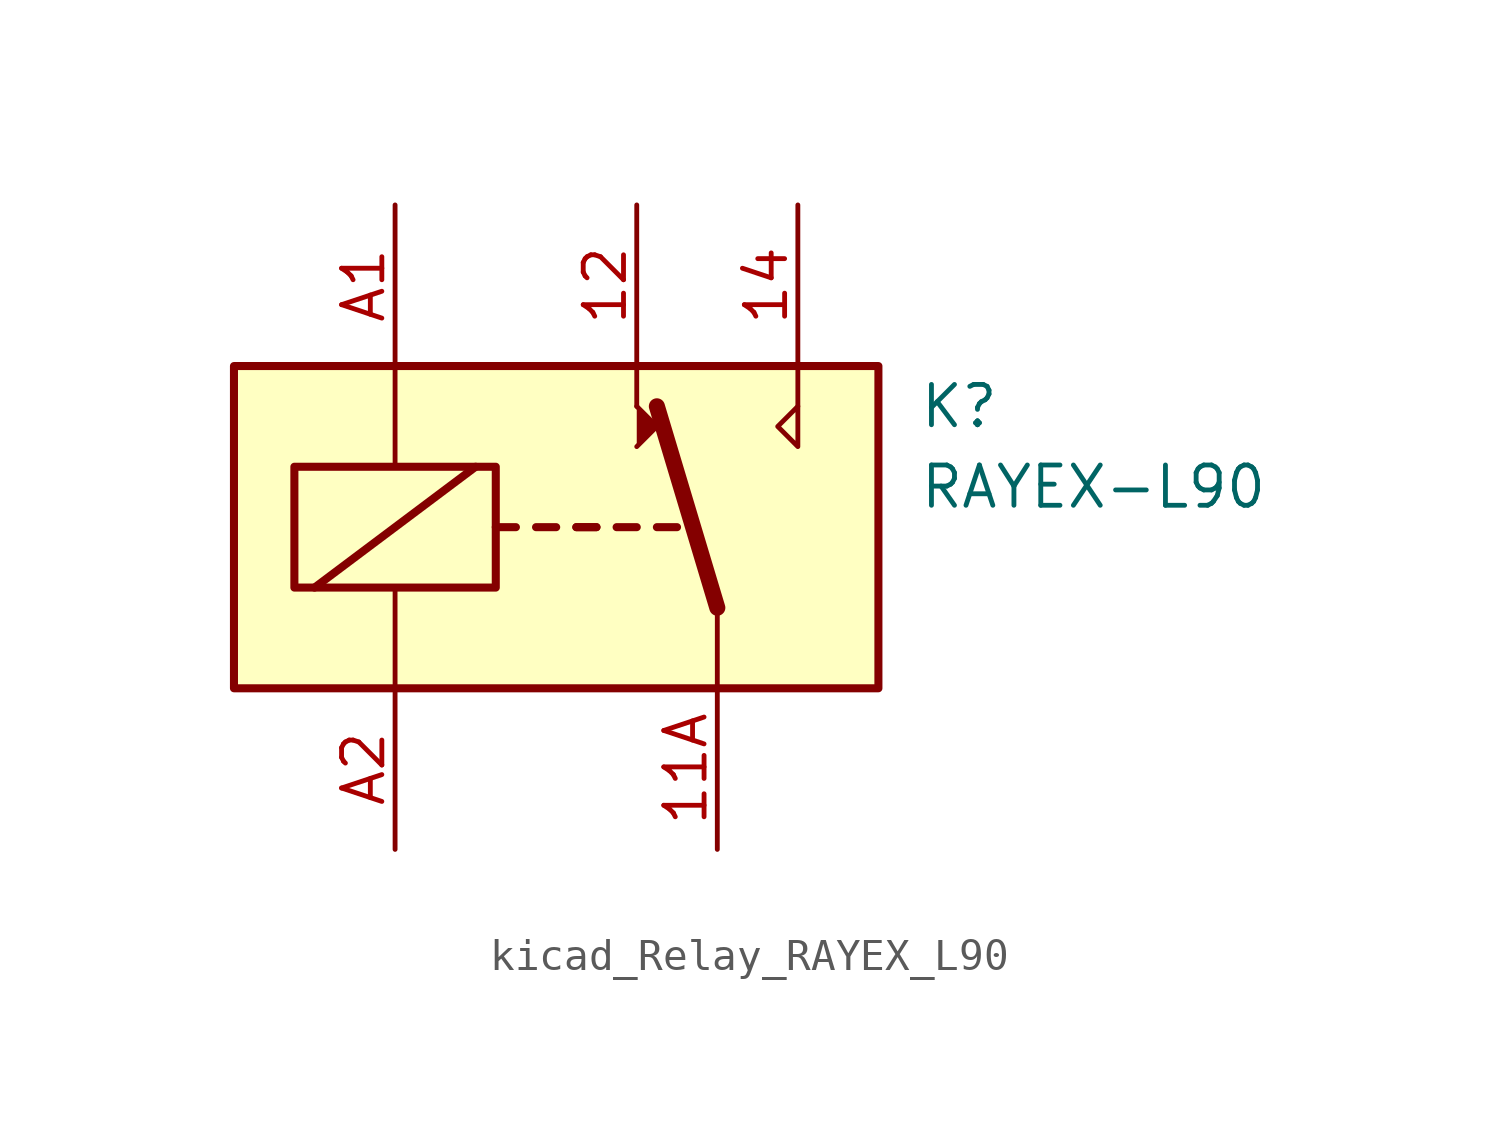
<source format=kicad_sym>
(kicad_symbol_lib
  (version 20220914)
  (generator kicad_symbol_editor)
  (symbol "kicad_Relay_RAYEX_L90"
    (property "Reference" "K"
      (at 11.43 3.81 0)
      (effects (font (size 1.27 1.27)) (justify left)))
    (property "Value" "RAYEX-L90"
      (at 11.43 1.27 0)
      (effects (font (size 1.27 1.27)) (justify left)))
    (symbol "kicad_Relay_RAYEX_L90_1_0"
      (polyline (pts (xy 2.54 3.81) (xy 2.54 5.08)) (stroke (width 0) (type default)) (fill (type none)))
      (polyline (pts (xy 7.62 3.81) (xy 7.62 5.08)) (stroke (width 0) (type default)) (fill (type none)))
      (polyline (pts (xy 7.62 3.81) (xy 7.62 2.54) (xy 6.985 3.175) (xy 7.62 3.81)) (stroke (width 0) (type default)) (fill (type none))))
    (symbol "kicad_Relay_RAYEX_L90_1_1"
      (rectangle (start -10.16 5.08) (end 10.16 -5.08) (stroke (width 0.254) (type default)) (fill (type background)))
      (rectangle (start -8.255 1.905) (end -1.905 -1.905) (stroke (width 0.254) (type default)) (fill (type none)))
      (polyline (pts (xy -7.62 -1.905) (xy -2.54 1.905)) (stroke (width 0.254) (type default)) (fill (type none)))
      (polyline (pts (xy -5.08 -5.08) (xy -5.08 -1.905)) (stroke (width 0) (type default)) (fill (type none)))
      (polyline (pts (xy -5.08 5.08) (xy -5.08 1.905)) (stroke (width 0) (type default)) (fill (type none)))
      (polyline (pts (xy -1.905 0) (xy -1.27 0)) (stroke (width 0.254) (type default)) (fill (type none)))
      (polyline (pts (xy -0.635 0) (xy 0 0)) (stroke (width 0.254) (type default)) (fill (type none)))
      (polyline (pts (xy 0.635 0) (xy 1.27 0)) (stroke (width 0.254) (type default)) (fill (type none)))
      (polyline (pts (xy 0.635 0) (xy 1.27 0)) (stroke (width 0.254) (type default)) (fill (type none)))
      (polyline (pts (xy 1.905 0) (xy 2.54 0)) (stroke (width 0.254) (type default)) (fill (type none)))
      (polyline (pts (xy 3.175 0) (xy 3.81 0)) (stroke (width 0.254) (type default)) (fill (type none)))
      (polyline (pts (xy 5.08 -2.54) (xy 3.175 3.81)) (stroke (width 0.508) (type default)) (fill (type none)))
      (polyline (pts (xy 5.08 -2.54) (xy 5.08 -5.08)) (stroke (width 0) (type default)) (fill (type none)))
      (polyline (pts (xy 2.54 2.54) (xy 3.175 3.175) (xy 2.54 3.81)) (stroke (width 0) (type default)) (fill (type outline)))
      (pin passive line (at 5.08 -10.16 90) (length 5.08) (name "~" (effects (font (size 1.27 1.27)))) (number "11A" (effects (font (size 1.27 1.27)))))
      (pin passive line (at 5.08 -10.16 90) (length 5.08) hide (name "~" (effects (font (size 1.27 1.27)))) (number "11B" (effects (font (size 1.27 1.27)))))
      (pin passive line (at 2.54 10.16 270) (length 5.08) (name "~" (effects (font (size 1.27 1.27)))) (number "12" (effects (font (size 1.27 1.27)))))
      (pin passive line (at 7.62 10.16 270) (length 5.08) (name "~" (effects (font (size 1.27 1.27)))) (number "14" (effects (font (size 1.27 1.27)))))
      (pin passive line (at -5.08 10.16 270) (length 5.08) (name "~" (effects (font (size 1.27 1.27)))) (number "A1" (effects (font (size 1.27 1.27)))))
      (pin passive line (at -5.08 -10.16 90) (length 5.08) (name "~" (effects (font (size 1.27 1.27)))) (number "A2" (effects (font (size 1.27 1.27))))))))
</source>
